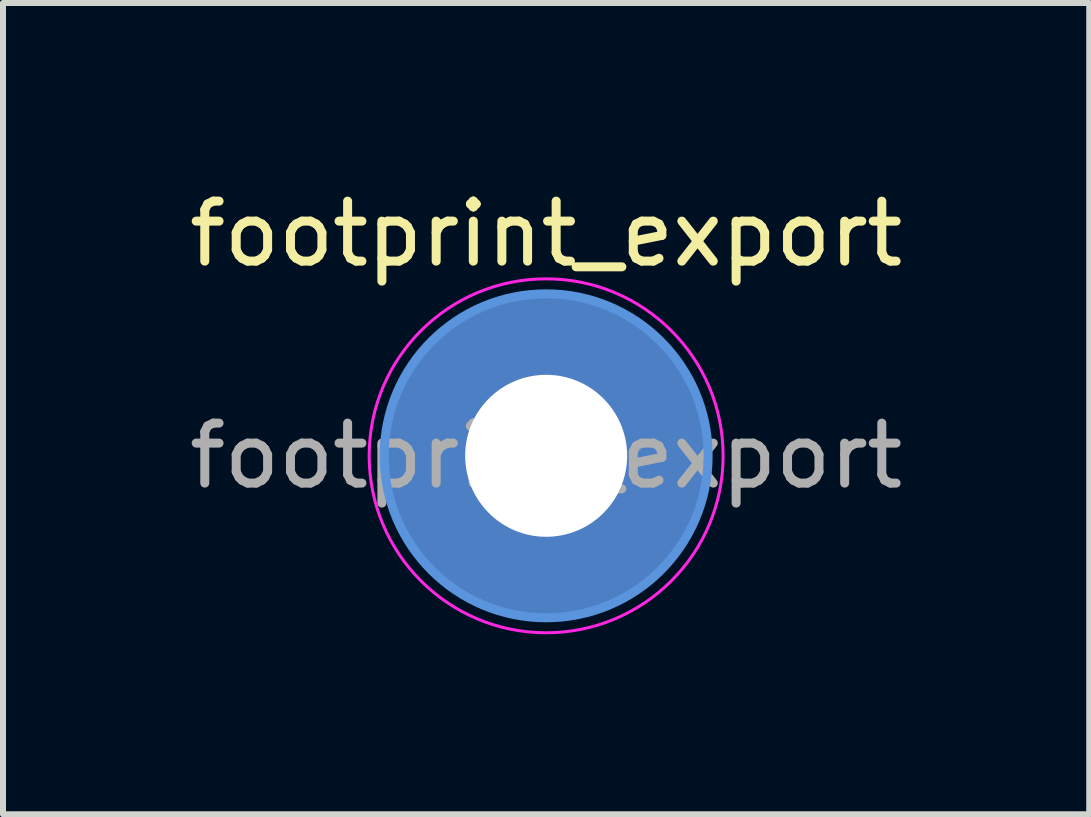
<source format=kicad_pcb>
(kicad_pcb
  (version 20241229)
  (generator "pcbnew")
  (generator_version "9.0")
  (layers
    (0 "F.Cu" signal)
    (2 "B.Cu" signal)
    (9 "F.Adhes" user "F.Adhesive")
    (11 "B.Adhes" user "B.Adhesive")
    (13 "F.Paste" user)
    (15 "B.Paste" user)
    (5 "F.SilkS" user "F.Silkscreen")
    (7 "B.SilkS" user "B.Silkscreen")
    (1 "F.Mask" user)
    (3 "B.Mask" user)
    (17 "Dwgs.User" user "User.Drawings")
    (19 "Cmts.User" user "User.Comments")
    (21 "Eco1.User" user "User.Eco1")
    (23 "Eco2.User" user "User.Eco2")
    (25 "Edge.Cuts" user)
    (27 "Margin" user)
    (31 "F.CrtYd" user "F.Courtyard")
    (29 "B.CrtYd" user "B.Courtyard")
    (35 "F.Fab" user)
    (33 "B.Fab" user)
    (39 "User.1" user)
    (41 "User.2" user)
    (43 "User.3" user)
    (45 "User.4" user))
  (footprint "footprint_export"
    (layer "F.Cu")
    (at 6.054 4.548)
    (property "Reference" "footprint_export" (at 0 -3.7 0) (layer "F.SilkS") (effects (font (size 1 1) (thickness 0.15))))
    (attr exclude_from_pos_files exclude_from_bom)
    (fp_circle (center 0 0) (end 2.7 0) (stroke (width 0.15) (type solid)) (fill no) (layer "Cmts.User"))
    (fp_circle (center 0 0) (end 2.95 0) (stroke (width 0.05) (type solid)) (fill no) (layer "F.CrtYd"))
    (fp_text user "${REFERENCE}" (at 0 0 0) (layer "F.Fab") (effects (font (size 1 1) (thickness 0.15))))
    (pad "1" thru_hole circle (at 0 0) (size 3.1 3.1) (drill 2.7) (layers "*.Cu" "*.Mask"))
    (pad "1" connect circle (at 0 0) (size 5.4 5.4) (layers "F.Cu" "F.Mask"))
    (pad "1" connect circle (at 0 0) (size 5.4 5.4) (layers "B.Cu" "B.Mask")))
  (gr_rect
    (start -3 -3)
    (end 15.107 10.523)
    (stroke (width 0.1) (type default))
    (fill no)
    (layer "Edge.Cuts")))
</source>
